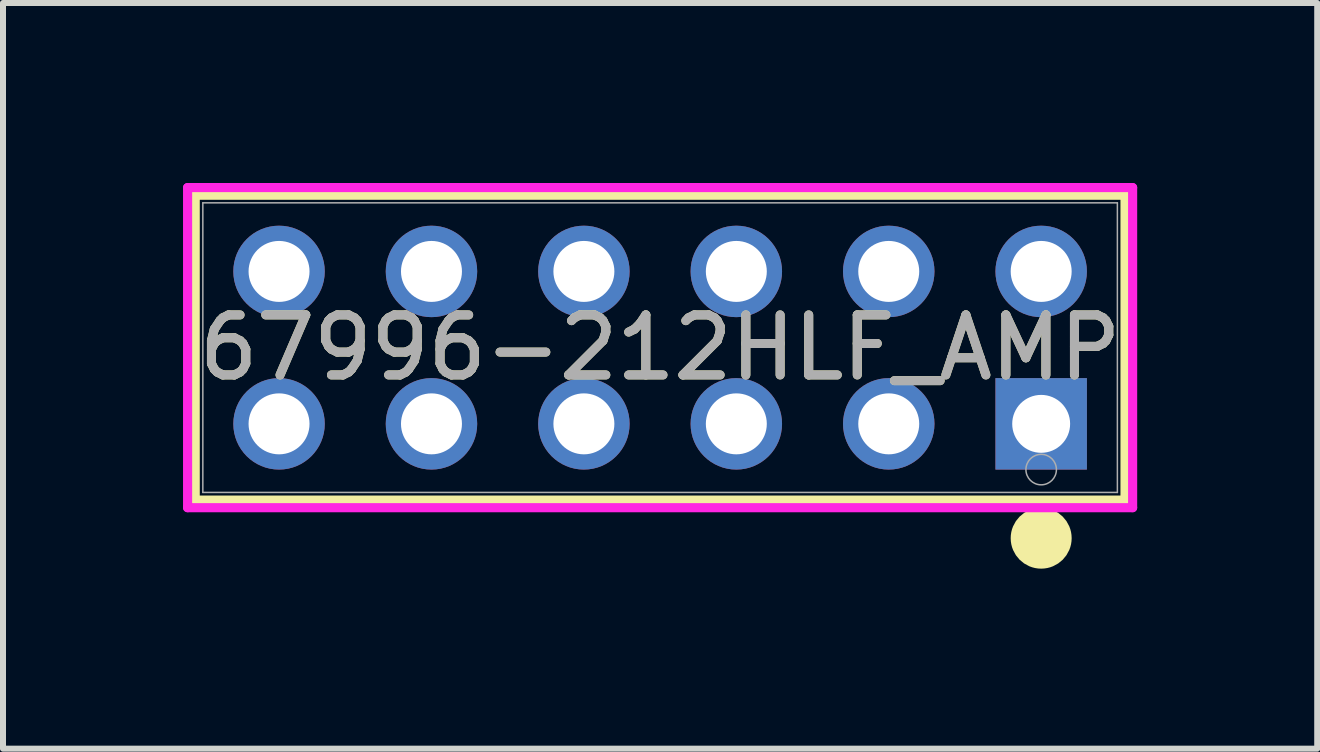
<source format=kicad_pcb>
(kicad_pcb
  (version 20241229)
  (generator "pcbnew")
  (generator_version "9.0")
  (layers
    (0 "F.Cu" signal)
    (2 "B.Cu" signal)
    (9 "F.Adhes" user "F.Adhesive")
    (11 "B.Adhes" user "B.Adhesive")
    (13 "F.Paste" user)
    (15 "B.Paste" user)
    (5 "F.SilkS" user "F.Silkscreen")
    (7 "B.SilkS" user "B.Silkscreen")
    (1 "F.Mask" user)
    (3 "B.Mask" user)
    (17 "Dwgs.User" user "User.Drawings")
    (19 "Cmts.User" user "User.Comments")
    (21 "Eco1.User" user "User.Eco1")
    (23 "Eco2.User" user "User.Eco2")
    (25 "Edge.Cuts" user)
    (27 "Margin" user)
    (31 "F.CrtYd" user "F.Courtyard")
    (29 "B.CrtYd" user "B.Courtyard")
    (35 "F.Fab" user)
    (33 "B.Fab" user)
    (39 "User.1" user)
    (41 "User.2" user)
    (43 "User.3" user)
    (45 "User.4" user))
  (footprint "67996-212HLF_AMP"
    (layer "F.Cu")
    (at 14.3 4.013)
    (property "Reference" "67996-212HLF_AMP" (at -6.35 -1.27 0) (unlocked yes) (layer "F.SilkS") (effects (font (size 1 1) (thickness 0.15))))
    (attr through_hole)
    (fp_line (start -14.097 -3.81) (end -14.097 1.27) (stroke (width 0.152) (type solid)) (layer "F.SilkS"))
    (fp_line (start -14.097 1.27) (end 1.397 1.27) (stroke (width 0.152) (type solid)) (layer "F.SilkS"))
    (fp_line (start 1.397 -3.81) (end -14.097 -3.81) (stroke (width 0.152) (type solid)) (layer "F.SilkS"))
    (fp_line (start 1.397 1.27) (end 1.397 -3.81) (stroke (width 0.152) (type solid)) (layer "F.SilkS"))
    (fp_circle (center 0 1.905) (end 0.254 1.905) (stroke (width 0.508) (type solid)) (fill no) (layer "F.SilkS"))
    (fp_line (start -14.224 -3.937) (end -14.224 1.397) (stroke (width 0.152) (type solid)) (layer "F.CrtYd"))
    (fp_line (start -14.224 1.397) (end 1.524 1.397) (stroke (width 0.152) (type solid)) (layer "F.CrtYd"))
    (fp_line (start 1.524 -3.937) (end -14.224 -3.937) (stroke (width 0.152) (type solid)) (layer "F.CrtYd"))
    (fp_line (start 1.524 1.397) (end 1.524 -3.937) (stroke (width 0.152) (type solid)) (layer "F.CrtYd"))
    (fp_line (start -13.97 -3.683) (end -13.97 1.143) (stroke (width 0.025) (type solid)) (layer "F.Fab"))
    (fp_line (start -13.97 1.143) (end 1.27 1.143) (stroke (width 0.025) (type solid)) (layer "F.Fab"))
    (fp_line (start 1.27 -3.683) (end -13.97 -3.683) (stroke (width 0.025) (type solid)) (layer "F.Fab"))
    (fp_line (start 1.27 1.143) (end 1.27 -3.683) (stroke (width 0.025) (type solid)) (layer "F.Fab"))
    (fp_circle (center 0 0.762) (end 0.254 0.762) (stroke (width 0.025) (type solid)) (fill no) (layer "F.Fab"))
    (fp_text user "${REFERENCE}" (at -6.35 -1.27 0) (unlocked yes) (layer "F.Fab") (effects (font (size 1 1) (thickness 0.15))))
    (pad "1" thru_hole rect (at 0 0) (size 1.524 1.524) (drill 0.965) (layers "*.Cu" "*.Mask"))
    (pad "2" thru_hole circle (at 0 -2.54) (size 1.524 1.524) (drill 1.016) (layers "*.Cu" "*.Mask"))
    (pad "3" thru_hole circle (at -2.54 0) (size 1.524 1.524) (drill 1.016) (layers "*.Cu" "*.Mask"))
    (pad "4" thru_hole circle (at -2.54 -2.54) (size 1.524 1.524) (drill 1.016) (layers "*.Cu" "*.Mask"))
    (pad "5" thru_hole circle (at -5.08 0) (size 1.524 1.524) (drill 1.016) (layers "*.Cu" "*.Mask"))
    (pad "6" thru_hole circle (at -5.08 -2.54) (size 1.524 1.524) (drill 1.016) (layers "*.Cu" "*.Mask"))
    (pad "7" thru_hole circle (at -7.62 0) (size 1.524 1.524) (drill 1.016) (layers "*.Cu" "*.Mask"))
    (pad "8" thru_hole circle (at -7.62 -2.54) (size 1.524 1.524) (drill 1.016) (layers "*.Cu" "*.Mask"))
    (pad "9" thru_hole circle (at -10.16 0) (size 1.524 1.524) (drill 1.016) (layers "*.Cu" "*.Mask"))
    (pad "10" thru_hole circle (at -10.16 -2.54) (size 1.524 1.524) (drill 1.016) (layers "*.Cu" "*.Mask"))
    (pad "11" thru_hole circle (at -12.7 0) (size 1.524 1.524) (drill 1.016) (layers "*.Cu" "*.Mask"))
    (pad "12" thru_hole circle (at -12.7 -2.54) (size 1.524 1.524) (drill 1.016) (layers "*.Cu" "*.Mask")))
  (gr_rect
    (start -3 -3)
    (end 18.9 9.426)
    (stroke (width 0.1) (type default))
    (fill no)
    (layer "Edge.Cuts")))
</source>
